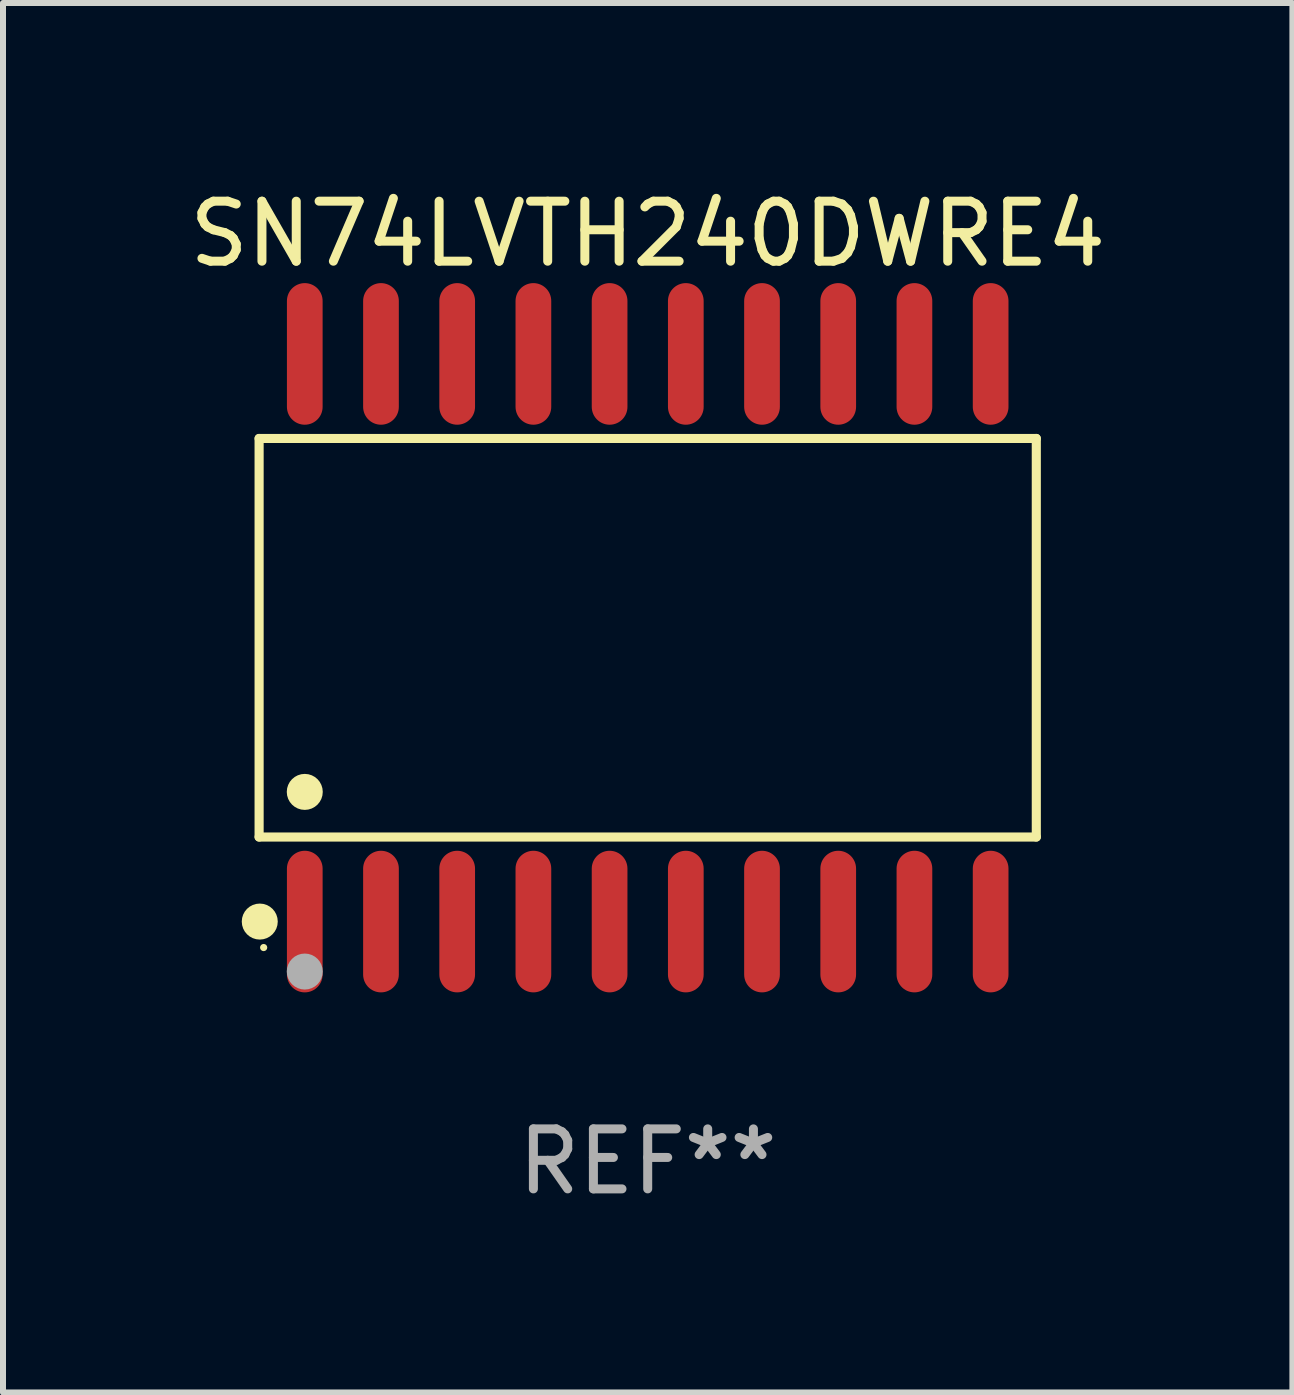
<source format=kicad_pcb>
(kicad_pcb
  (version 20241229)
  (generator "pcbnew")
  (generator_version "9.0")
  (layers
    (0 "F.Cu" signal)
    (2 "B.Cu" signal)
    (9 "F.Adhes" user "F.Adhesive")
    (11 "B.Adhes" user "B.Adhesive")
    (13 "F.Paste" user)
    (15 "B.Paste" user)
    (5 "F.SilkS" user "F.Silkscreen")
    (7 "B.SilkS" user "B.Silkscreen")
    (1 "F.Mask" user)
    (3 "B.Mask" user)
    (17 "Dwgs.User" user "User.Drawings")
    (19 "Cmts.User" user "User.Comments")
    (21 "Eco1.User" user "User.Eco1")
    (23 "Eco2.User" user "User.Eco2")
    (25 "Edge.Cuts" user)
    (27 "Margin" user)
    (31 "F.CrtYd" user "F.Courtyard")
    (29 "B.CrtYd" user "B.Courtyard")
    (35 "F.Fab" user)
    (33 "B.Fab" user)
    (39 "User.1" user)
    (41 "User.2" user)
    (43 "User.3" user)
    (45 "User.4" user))
  (footprint "SN74LVTH240DWRE4"
    (layer "F.Cu")
    (at 7.744 7.578)
    (property "Reference" "SN74LVTH240DWRE4" (at 0 -6.73 0) (layer "F.SilkS") (effects (font (size 1 1) (thickness 0.15))))
    (attr through_hole)
    (fp_line (start -6.476 -3.321) (end 6.476 -3.321) (stroke (width 0.152) (type solid)) (layer "F.SilkS"))
    (fp_line (start -6.476 3.321) (end -6.476 -3.321) (stroke (width 0.152) (type solid)) (layer "F.SilkS"))
    (fp_line (start 6.476 -3.321) (end 6.476 3.321) (stroke (width 0.152) (type solid)) (layer "F.SilkS"))
    (fp_line (start 6.476 3.321) (end -6.476 3.321) (stroke (width 0.152) (type solid)) (layer "F.SilkS"))
    (fp_circle (center -6.465 4.73) (end -6.315 4.73) (stroke (width 0.3) (type solid)) (fill no) (layer "F.SilkS"))
    (fp_circle (center -6.4 5.163) (end -6.37 5.163) (stroke (width 0.06) (type solid)) (fill no) (layer "F.SilkS"))
    (fp_circle (center -5.715 2.569) (end -5.565 2.569) (stroke (width 0.3) (type solid)) (fill no) (layer "F.SilkS"))
    (fp_circle (center -5.715 5.563) (end -5.565 5.563) (stroke (width 0.3) (type solid)) (fill no) (layer "F.Fab"))
    (fp_text user "REF**" (at 0 8.73 0) (layer "F.Fab") (effects (font (size 1 1) (thickness 0.15))))
    (pad "1" smd oval (at -5.715 4.73) (size 0.595 2.36) (layers "F.Cu" "F.Mask" "F.Paste"))
    (pad "2" smd oval (at -4.445 4.73) (size 0.595 2.36) (layers "F.Cu" "F.Mask" "F.Paste"))
    (pad "3" smd oval (at -3.175 4.73) (size 0.595 2.36) (layers "F.Cu" "F.Mask" "F.Paste"))
    (pad "4" smd oval (at -1.905 4.73) (size 0.595 2.36) (layers "F.Cu" "F.Mask" "F.Paste"))
    (pad "5" smd oval (at -0.635 4.73) (size 0.595 2.36) (layers "F.Cu" "F.Mask" "F.Paste"))
    (pad "6" smd oval (at 0.635 4.73) (size 0.595 2.36) (layers "F.Cu" "F.Mask" "F.Paste"))
    (pad "7" smd oval (at 1.905 4.73) (size 0.595 2.36) (layers "F.Cu" "F.Mask" "F.Paste"))
    (pad "8" smd oval (at 3.175 4.73) (size 0.595 2.36) (layers "F.Cu" "F.Mask" "F.Paste"))
    (pad "9" smd oval (at 4.445 4.73) (size 0.595 2.36) (layers "F.Cu" "F.Mask" "F.Paste"))
    (pad "10" smd oval (at 5.715 4.73) (size 0.595 2.36) (layers "F.Cu" "F.Mask" "F.Paste"))
    (pad "11" smd oval (at 5.715 -4.73) (size 0.595 2.36) (layers "F.Cu" "F.Mask" "F.Paste"))
    (pad "12" smd oval (at 4.445 -4.73) (size 0.595 2.36) (layers "F.Cu" "F.Mask" "F.Paste"))
    (pad "13" smd oval (at 3.175 -4.73) (size 0.595 2.36) (layers "F.Cu" "F.Mask" "F.Paste"))
    (pad "14" smd oval (at 1.905 -4.73) (size 0.595 2.36) (layers "F.Cu" "F.Mask" "F.Paste"))
    (pad "15" smd oval (at 0.635 -4.73) (size 0.595 2.36) (layers "F.Cu" "F.Mask" "F.Paste"))
    (pad "16" smd oval (at -0.635 -4.73) (size 0.595 2.36) (layers "F.Cu" "F.Mask" "F.Paste"))
    (pad "17" smd oval (at -1.905 -4.73) (size 0.595 2.36) (layers "F.Cu" "F.Mask" "F.Paste"))
    (pad "18" smd oval (at -3.175 -4.73) (size 0.595 2.36) (layers "F.Cu" "F.Mask" "F.Paste"))
    (pad "19" smd oval (at -4.445 -4.73) (size 0.595 2.36) (layers "F.Cu" "F.Mask" "F.Paste"))
    (pad "20" smd oval (at -5.715 -4.73) (size 0.595 2.36) (layers "F.Cu" "F.Mask" "F.Paste")))
  (gr_rect
    (start -3 -3)
    (end 18.488 20.156)
    (stroke (width 0.1) (type default))
    (fill no)
    (layer "Edge.Cuts")))
</source>
